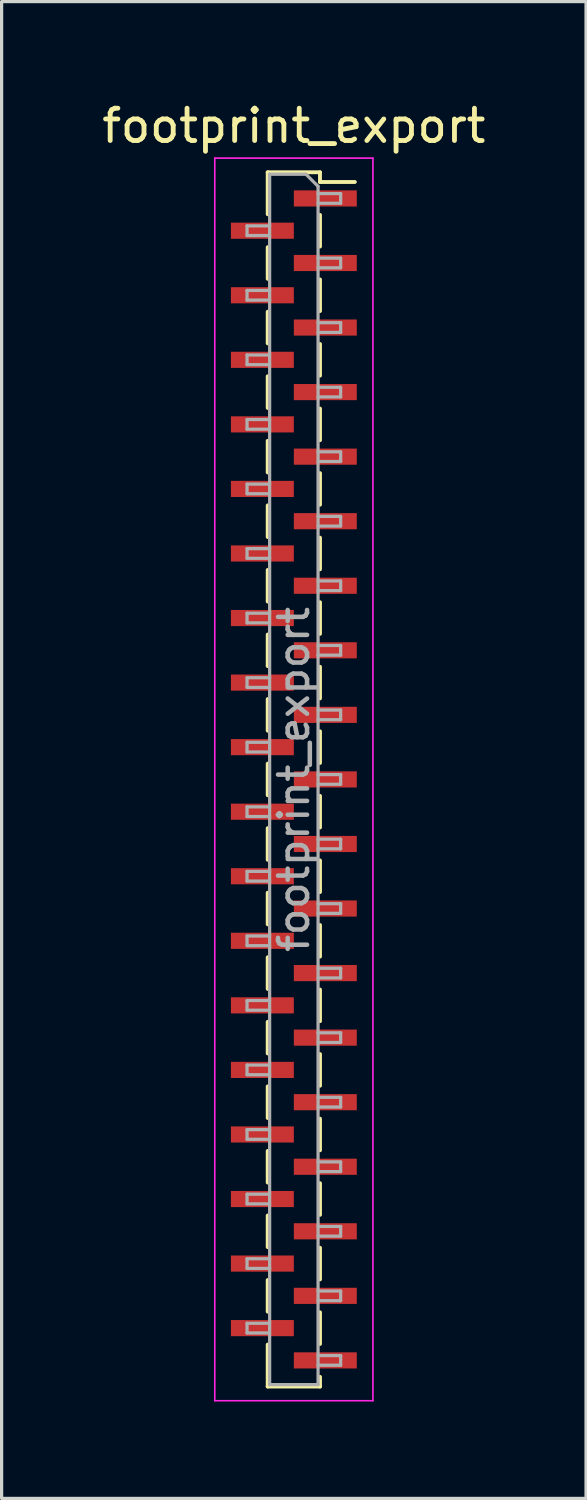
<source format=kicad_pcb>
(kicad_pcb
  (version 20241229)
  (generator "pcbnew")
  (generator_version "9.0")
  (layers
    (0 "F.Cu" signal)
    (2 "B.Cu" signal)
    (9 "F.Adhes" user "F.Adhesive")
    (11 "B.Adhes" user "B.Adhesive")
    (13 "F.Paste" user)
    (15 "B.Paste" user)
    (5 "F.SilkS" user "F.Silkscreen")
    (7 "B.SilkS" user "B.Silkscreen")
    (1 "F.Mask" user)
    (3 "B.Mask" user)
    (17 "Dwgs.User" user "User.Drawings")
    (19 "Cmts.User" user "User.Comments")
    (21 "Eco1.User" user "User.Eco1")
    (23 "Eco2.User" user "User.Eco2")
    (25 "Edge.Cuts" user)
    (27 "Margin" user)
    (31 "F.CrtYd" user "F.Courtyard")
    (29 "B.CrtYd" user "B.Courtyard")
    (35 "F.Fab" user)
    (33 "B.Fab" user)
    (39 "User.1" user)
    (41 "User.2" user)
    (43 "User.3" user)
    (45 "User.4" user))
  (footprint "footprint_export"
    (layer "F.Cu")
    (at 6.054 21.098)
    (property "Reference" "footprint_export" (at 0 -20.25 0) (layer "F.SilkS") (effects (font (size 1 1) (thickness 0.15))))
    (attr smd)
    (fp_line (start -0.81 -18.81) (end -0.81 -17.51) (stroke (width 0.12) (type solid)) (layer "F.SilkS"))
    (fp_line (start -0.81 -18.81) (end 0.81 -18.81) (stroke (width 0.12) (type solid)) (layer "F.SilkS"))
    (fp_line (start -0.81 -16.49) (end -0.81 -15.51) (stroke (width 0.12) (type solid)) (layer "F.SilkS"))
    (fp_line (start -0.81 -14.49) (end -0.81 -13.51) (stroke (width 0.12) (type solid)) (layer "F.SilkS"))
    (fp_line (start -0.81 -12.49) (end -0.81 -11.51) (stroke (width 0.12) (type solid)) (layer "F.SilkS"))
    (fp_line (start -0.81 -10.49) (end -0.81 -9.51) (stroke (width 0.12) (type solid)) (layer "F.SilkS"))
    (fp_line (start -0.81 -8.49) (end -0.81 -7.51) (stroke (width 0.12) (type solid)) (layer "F.SilkS"))
    (fp_line (start -0.81 -6.49) (end -0.81 -5.51) (stroke (width 0.12) (type solid)) (layer "F.SilkS"))
    (fp_line (start -0.81 -4.49) (end -0.81 -3.51) (stroke (width 0.12) (type solid)) (layer "F.SilkS"))
    (fp_line (start -0.81 -2.49) (end -0.81 -1.51) (stroke (width 0.12) (type solid)) (layer "F.SilkS"))
    (fp_line (start -0.81 -0.49) (end -0.81 0.49) (stroke (width 0.12) (type solid)) (layer "F.SilkS"))
    (fp_line (start -0.81 1.51) (end -0.81 2.49) (stroke (width 0.12) (type solid)) (layer "F.SilkS"))
    (fp_line (start -0.81 3.51) (end -0.81 4.49) (stroke (width 0.12) (type solid)) (layer "F.SilkS"))
    (fp_line (start -0.81 5.51) (end -0.81 6.49) (stroke (width 0.12) (type solid)) (layer "F.SilkS"))
    (fp_line (start -0.81 7.51) (end -0.81 8.49) (stroke (width 0.12) (type solid)) (layer "F.SilkS"))
    (fp_line (start -0.81 9.51) (end -0.81 10.49) (stroke (width 0.12) (type solid)) (layer "F.SilkS"))
    (fp_line (start -0.81 11.51) (end -0.81 12.49) (stroke (width 0.12) (type solid)) (layer "F.SilkS"))
    (fp_line (start -0.81 13.51) (end -0.81 14.49) (stroke (width 0.12) (type solid)) (layer "F.SilkS"))
    (fp_line (start -0.81 15.51) (end -0.81 16.49) (stroke (width 0.12) (type solid)) (layer "F.SilkS"))
    (fp_line (start -0.81 17.51) (end -0.81 18.81) (stroke (width 0.12) (type solid)) (layer "F.SilkS"))
    (fp_line (start -0.81 18.81) (end 0.81 18.81) (stroke (width 0.12) (type solid)) (layer "F.SilkS"))
    (fp_line (start 0.81 -18.81) (end 0.81 -18.51) (stroke (width 0.12) (type solid)) (layer "F.SilkS"))
    (fp_line (start 0.81 -18.51) (end 1.89 -18.51) (stroke (width 0.12) (type solid)) (layer "F.SilkS"))
    (fp_line (start 0.81 -17.49) (end 0.81 -16.51) (stroke (width 0.12) (type solid)) (layer "F.SilkS"))
    (fp_line (start 0.81 -15.49) (end 0.81 -14.51) (stroke (width 0.12) (type solid)) (layer "F.SilkS"))
    (fp_line (start 0.81 -13.49) (end 0.81 -12.51) (stroke (width 0.12) (type solid)) (layer "F.SilkS"))
    (fp_line (start 0.81 -11.49) (end 0.81 -10.51) (stroke (width 0.12) (type solid)) (layer "F.SilkS"))
    (fp_line (start 0.81 -9.49) (end 0.81 -8.51) (stroke (width 0.12) (type solid)) (layer "F.SilkS"))
    (fp_line (start 0.81 -7.49) (end 0.81 -6.51) (stroke (width 0.12) (type solid)) (layer "F.SilkS"))
    (fp_line (start 0.81 -5.49) (end 0.81 -4.51) (stroke (width 0.12) (type solid)) (layer "F.SilkS"))
    (fp_line (start 0.81 -3.49) (end 0.81 -2.51) (stroke (width 0.12) (type solid)) (layer "F.SilkS"))
    (fp_line (start 0.81 -1.49) (end 0.81 -0.51) (stroke (width 0.12) (type solid)) (layer "F.SilkS"))
    (fp_line (start 0.81 0.51) (end 0.81 1.49) (stroke (width 0.12) (type solid)) (layer "F.SilkS"))
    (fp_line (start 0.81 2.51) (end 0.81 3.49) (stroke (width 0.12) (type solid)) (layer "F.SilkS"))
    (fp_line (start 0.81 4.51) (end 0.81 5.49) (stroke (width 0.12) (type solid)) (layer "F.SilkS"))
    (fp_line (start 0.81 6.51) (end 0.81 7.49) (stroke (width 0.12) (type solid)) (layer "F.SilkS"))
    (fp_line (start 0.81 8.51) (end 0.81 9.49) (stroke (width 0.12) (type solid)) (layer "F.SilkS"))
    (fp_line (start 0.81 10.51) (end 0.81 11.49) (stroke (width 0.12) (type solid)) (layer "F.SilkS"))
    (fp_line (start 0.81 12.51) (end 0.81 13.49) (stroke (width 0.12) (type solid)) (layer "F.SilkS"))
    (fp_line (start 0.81 14.51) (end 0.81 15.49) (stroke (width 0.12) (type solid)) (layer "F.SilkS"))
    (fp_line (start 0.81 16.51) (end 0.81 17.49) (stroke (width 0.12) (type solid)) (layer "F.SilkS"))
    (fp_line (start 0.81 18.51) (end 0.81 18.81) (stroke (width 0.12) (type solid)) (layer "F.SilkS"))
    (fp_line (start -2.45 -19.25) (end 2.45 -19.25) (stroke (width 0.05) (type solid)) (layer "F.CrtYd"))
    (fp_line (start -2.45 19.25) (end -2.45 -19.25) (stroke (width 0.05) (type solid)) (layer "F.CrtYd"))
    (fp_line (start 2.45 -19.25) (end 2.45 19.25) (stroke (width 0.05) (type solid)) (layer "F.CrtYd"))
    (fp_line (start 2.45 19.25) (end -2.45 19.25) (stroke (width 0.05) (type solid)) (layer "F.CrtYd"))
    (fp_line (start -1.45 -17.15) (end -0.75 -17.15) (stroke (width 0.1) (type solid)) (layer "F.Fab"))
    (fp_line (start -1.45 -16.85) (end -1.45 -17.15) (stroke (width 0.1) (type solid)) (layer "F.Fab"))
    (fp_line (start -1.45 -15.15) (end -0.75 -15.15) (stroke (width 0.1) (type solid)) (layer "F.Fab"))
    (fp_line (start -1.45 -14.85) (end -1.45 -15.15) (stroke (width 0.1) (type solid)) (layer "F.Fab"))
    (fp_line (start -1.45 -13.15) (end -0.75 -13.15) (stroke (width 0.1) (type solid)) (layer "F.Fab"))
    (fp_line (start -1.45 -12.85) (end -1.45 -13.15) (stroke (width 0.1) (type solid)) (layer "F.Fab"))
    (fp_line (start -1.45 -11.15) (end -0.75 -11.15) (stroke (width 0.1) (type solid)) (layer "F.Fab"))
    (fp_line (start -1.45 -10.85) (end -1.45 -11.15) (stroke (width 0.1) (type solid)) (layer "F.Fab"))
    (fp_line (start -1.45 -9.15) (end -0.75 -9.15) (stroke (width 0.1) (type solid)) (layer "F.Fab"))
    (fp_line (start -1.45 -8.85) (end -1.45 -9.15) (stroke (width 0.1) (type solid)) (layer "F.Fab"))
    (fp_line (start -1.45 -7.15) (end -0.75 -7.15) (stroke (width 0.1) (type solid)) (layer "F.Fab"))
    (fp_line (start -1.45 -6.85) (end -1.45 -7.15) (stroke (width 0.1) (type solid)) (layer "F.Fab"))
    (fp_line (start -1.45 -5.15) (end -0.75 -5.15) (stroke (width 0.1) (type solid)) (layer "F.Fab"))
    (fp_line (start -1.45 -4.85) (end -1.45 -5.15) (stroke (width 0.1) (type solid)) (layer "F.Fab"))
    (fp_line (start -1.45 -3.15) (end -0.75 -3.15) (stroke (width 0.1) (type solid)) (layer "F.Fab"))
    (fp_line (start -1.45 -2.85) (end -1.45 -3.15) (stroke (width 0.1) (type solid)) (layer "F.Fab"))
    (fp_line (start -1.45 -1.15) (end -0.75 -1.15) (stroke (width 0.1) (type solid)) (layer "F.Fab"))
    (fp_line (start -1.45 -0.85) (end -1.45 -1.15) (stroke (width 0.1) (type solid)) (layer "F.Fab"))
    (fp_line (start -1.45 0.85) (end -0.75 0.85) (stroke (width 0.1) (type solid)) (layer "F.Fab"))
    (fp_line (start -1.45 1.15) (end -1.45 0.85) (stroke (width 0.1) (type solid)) (layer "F.Fab"))
    (fp_line (start -1.45 2.85) (end -0.75 2.85) (stroke (width 0.1) (type solid)) (layer "F.Fab"))
    (fp_line (start -1.45 3.15) (end -1.45 2.85) (stroke (width 0.1) (type solid)) (layer "F.Fab"))
    (fp_line (start -1.45 4.85) (end -0.75 4.85) (stroke (width 0.1) (type solid)) (layer "F.Fab"))
    (fp_line (start -1.45 5.15) (end -1.45 4.85) (stroke (width 0.1) (type solid)) (layer "F.Fab"))
    (fp_line (start -1.45 6.85) (end -0.75 6.85) (stroke (width 0.1) (type solid)) (layer "F.Fab"))
    (fp_line (start -1.45 7.15) (end -1.45 6.85) (stroke (width 0.1) (type solid)) (layer "F.Fab"))
    (fp_line (start -1.45 8.85) (end -0.75 8.85) (stroke (width 0.1) (type solid)) (layer "F.Fab"))
    (fp_line (start -1.45 9.15) (end -1.45 8.85) (stroke (width 0.1) (type solid)) (layer "F.Fab"))
    (fp_line (start -1.45 10.85) (end -0.75 10.85) (stroke (width 0.1) (type solid)) (layer "F.Fab"))
    (fp_line (start -1.45 11.15) (end -1.45 10.85) (stroke (width 0.1) (type solid)) (layer "F.Fab"))
    (fp_line (start -1.45 12.85) (end -0.75 12.85) (stroke (width 0.1) (type solid)) (layer "F.Fab"))
    (fp_line (start -1.45 13.15) (end -1.45 12.85) (stroke (width 0.1) (type solid)) (layer "F.Fab"))
    (fp_line (start -1.45 14.85) (end -0.75 14.85) (stroke (width 0.1) (type solid)) (layer "F.Fab"))
    (fp_line (start -1.45 15.15) (end -1.45 14.85) (stroke (width 0.1) (type solid)) (layer "F.Fab"))
    (fp_line (start -1.45 16.85) (end -0.75 16.85) (stroke (width 0.1) (type solid)) (layer "F.Fab"))
    (fp_line (start -1.45 17.15) (end -1.45 16.85) (stroke (width 0.1) (type solid)) (layer "F.Fab"))
    (fp_line (start -0.75 -18.75) (end 0.375 -18.75) (stroke (width 0.1) (type solid)) (layer "F.Fab"))
    (fp_line (start -0.75 -16.85) (end -1.45 -16.85) (stroke (width 0.1) (type solid)) (layer "F.Fab"))
    (fp_line (start -0.75 -14.85) (end -1.45 -14.85) (stroke (width 0.1) (type solid)) (layer "F.Fab"))
    (fp_line (start -0.75 -12.85) (end -1.45 -12.85) (stroke (width 0.1) (type solid)) (layer "F.Fab"))
    (fp_line (start -0.75 -10.85) (end -1.45 -10.85) (stroke (width 0.1) (type solid)) (layer "F.Fab"))
    (fp_line (start -0.75 -8.85) (end -1.45 -8.85) (stroke (width 0.1) (type solid)) (layer "F.Fab"))
    (fp_line (start -0.75 -6.85) (end -1.45 -6.85) (stroke (width 0.1) (type solid)) (layer "F.Fab"))
    (fp_line (start -0.75 -4.85) (end -1.45 -4.85) (stroke (width 0.1) (type solid)) (layer "F.Fab"))
    (fp_line (start -0.75 -2.85) (end -1.45 -2.85) (stroke (width 0.1) (type solid)) (layer "F.Fab"))
    (fp_line (start -0.75 -0.85) (end -1.45 -0.85) (stroke (width 0.1) (type solid)) (layer "F.Fab"))
    (fp_line (start -0.75 1.15) (end -1.45 1.15) (stroke (width 0.1) (type solid)) (layer "F.Fab"))
    (fp_line (start -0.75 3.15) (end -1.45 3.15) (stroke (width 0.1) (type solid)) (layer "F.Fab"))
    (fp_line (start -0.75 5.15) (end -1.45 5.15) (stroke (width 0.1) (type solid)) (layer "F.Fab"))
    (fp_line (start -0.75 7.15) (end -1.45 7.15) (stroke (width 0.1) (type solid)) (layer "F.Fab"))
    (fp_line (start -0.75 9.15) (end -1.45 9.15) (stroke (width 0.1) (type solid)) (layer "F.Fab"))
    (fp_line (start -0.75 11.15) (end -1.45 11.15) (stroke (width 0.1) (type solid)) (layer "F.Fab"))
    (fp_line (start -0.75 13.15) (end -1.45 13.15) (stroke (width 0.1) (type solid)) (layer "F.Fab"))
    (fp_line (start -0.75 15.15) (end -1.45 15.15) (stroke (width 0.1) (type solid)) (layer "F.Fab"))
    (fp_line (start -0.75 17.15) (end -1.45 17.15) (stroke (width 0.1) (type solid)) (layer "F.Fab"))
    (fp_line (start -0.75 18.75) (end -0.75 -18.75) (stroke (width 0.1) (type solid)) (layer "F.Fab"))
    (fp_line (start 0.375 -18.75) (end 0.75 -18.375) (stroke (width 0.1) (type solid)) (layer "F.Fab"))
    (fp_line (start 0.75 -18.375) (end 0.75 18.75) (stroke (width 0.1) (type solid)) (layer "F.Fab"))
    (fp_line (start 0.75 -18.15) (end 1.45 -18.15) (stroke (width 0.1) (type solid)) (layer "F.Fab"))
    (fp_line (start 0.75 -16.15) (end 1.45 -16.15) (stroke (width 0.1) (type solid)) (layer "F.Fab"))
    (fp_line (start 0.75 -14.15) (end 1.45 -14.15) (stroke (width 0.1) (type solid)) (layer "F.Fab"))
    (fp_line (start 0.75 -12.15) (end 1.45 -12.15) (stroke (width 0.1) (type solid)) (layer "F.Fab"))
    (fp_line (start 0.75 -10.15) (end 1.45 -10.15) (stroke (width 0.1) (type solid)) (layer "F.Fab"))
    (fp_line (start 0.75 -8.15) (end 1.45 -8.15) (stroke (width 0.1) (type solid)) (layer "F.Fab"))
    (fp_line (start 0.75 -6.15) (end 1.45 -6.15) (stroke (width 0.1) (type solid)) (layer "F.Fab"))
    (fp_line (start 0.75 -4.15) (end 1.45 -4.15) (stroke (width 0.1) (type solid)) (layer "F.Fab"))
    (fp_line (start 0.75 -2.15) (end 1.45 -2.15) (stroke (width 0.1) (type solid)) (layer "F.Fab"))
    (fp_line (start 0.75 -0.15) (end 1.45 -0.15) (stroke (width 0.1) (type solid)) (layer "F.Fab"))
    (fp_line (start 0.75 1.85) (end 1.45 1.85) (stroke (width 0.1) (type solid)) (layer "F.Fab"))
    (fp_line (start 0.75 3.85) (end 1.45 3.85) (stroke (width 0.1) (type solid)) (layer "F.Fab"))
    (fp_line (start 0.75 5.85) (end 1.45 5.85) (stroke (width 0.1) (type solid)) (layer "F.Fab"))
    (fp_line (start 0.75 7.85) (end 1.45 7.85) (stroke (width 0.1) (type solid)) (layer "F.Fab"))
    (fp_line (start 0.75 9.85) (end 1.45 9.85) (stroke (width 0.1) (type solid)) (layer "F.Fab"))
    (fp_line (start 0.75 11.85) (end 1.45 11.85) (stroke (width 0.1) (type solid)) (layer "F.Fab"))
    (fp_line (start 0.75 13.85) (end 1.45 13.85) (stroke (width 0.1) (type solid)) (layer "F.Fab"))
    (fp_line (start 0.75 15.85) (end 1.45 15.85) (stroke (width 0.1) (type solid)) (layer "F.Fab"))
    (fp_line (start 0.75 17.85) (end 1.45 17.85) (stroke (width 0.1) (type solid)) (layer "F.Fab"))
    (fp_line (start 0.75 18.75) (end -0.75 18.75) (stroke (width 0.1) (type solid)) (layer "F.Fab"))
    (fp_line (start 1.45 -18.15) (end 1.45 -17.85) (stroke (width 0.1) (type solid)) (layer "F.Fab"))
    (fp_line (start 1.45 -17.85) (end 0.75 -17.85) (stroke (width 0.1) (type solid)) (layer "F.Fab"))
    (fp_line (start 1.45 -16.15) (end 1.45 -15.85) (stroke (width 0.1) (type solid)) (layer "F.Fab"))
    (fp_line (start 1.45 -15.85) (end 0.75 -15.85) (stroke (width 0.1) (type solid)) (layer "F.Fab"))
    (fp_line (start 1.45 -14.15) (end 1.45 -13.85) (stroke (width 0.1) (type solid)) (layer "F.Fab"))
    (fp_line (start 1.45 -13.85) (end 0.75 -13.85) (stroke (width 0.1) (type solid)) (layer "F.Fab"))
    (fp_line (start 1.45 -12.15) (end 1.45 -11.85) (stroke (width 0.1) (type solid)) (layer "F.Fab"))
    (fp_line (start 1.45 -11.85) (end 0.75 -11.85) (stroke (width 0.1) (type solid)) (layer "F.Fab"))
    (fp_line (start 1.45 -10.15) (end 1.45 -9.85) (stroke (width 0.1) (type solid)) (layer "F.Fab"))
    (fp_line (start 1.45 -9.85) (end 0.75 -9.85) (stroke (width 0.1) (type solid)) (layer "F.Fab"))
    (fp_line (start 1.45 -8.15) (end 1.45 -7.85) (stroke (width 0.1) (type solid)) (layer "F.Fab"))
    (fp_line (start 1.45 -7.85) (end 0.75 -7.85) (stroke (width 0.1) (type solid)) (layer "F.Fab"))
    (fp_line (start 1.45 -6.15) (end 1.45 -5.85) (stroke (width 0.1) (type solid)) (layer "F.Fab"))
    (fp_line (start 1.45 -5.85) (end 0.75 -5.85) (stroke (width 0.1) (type solid)) (layer "F.Fab"))
    (fp_line (start 1.45 -4.15) (end 1.45 -3.85) (stroke (width 0.1) (type solid)) (layer "F.Fab"))
    (fp_line (start 1.45 -3.85) (end 0.75 -3.85) (stroke (width 0.1) (type solid)) (layer "F.Fab"))
    (fp_line (start 1.45 -2.15) (end 1.45 -1.85) (stroke (width 0.1) (type solid)) (layer "F.Fab"))
    (fp_line (start 1.45 -1.85) (end 0.75 -1.85) (stroke (width 0.1) (type solid)) (layer "F.Fab"))
    (fp_line (start 1.45 -0.15) (end 1.45 0.15) (stroke (width 0.1) (type solid)) (layer "F.Fab"))
    (fp_line (start 1.45 0.15) (end 0.75 0.15) (stroke (width 0.1) (type solid)) (layer "F.Fab"))
    (fp_line (start 1.45 1.85) (end 1.45 2.15) (stroke (width 0.1) (type solid)) (layer "F.Fab"))
    (fp_line (start 1.45 2.15) (end 0.75 2.15) (stroke (width 0.1) (type solid)) (layer "F.Fab"))
    (fp_line (start 1.45 3.85) (end 1.45 4.15) (stroke (width 0.1) (type solid)) (layer "F.Fab"))
    (fp_line (start 1.45 4.15) (end 0.75 4.15) (stroke (width 0.1) (type solid)) (layer "F.Fab"))
    (fp_line (start 1.45 5.85) (end 1.45 6.15) (stroke (width 0.1) (type solid)) (layer "F.Fab"))
    (fp_line (start 1.45 6.15) (end 0.75 6.15) (stroke (width 0.1) (type solid)) (layer "F.Fab"))
    (fp_line (start 1.45 7.85) (end 1.45 8.15) (stroke (width 0.1) (type solid)) (layer "F.Fab"))
    (fp_line (start 1.45 8.15) (end 0.75 8.15) (stroke (width 0.1) (type solid)) (layer "F.Fab"))
    (fp_line (start 1.45 9.85) (end 1.45 10.15) (stroke (width 0.1) (type solid)) (layer "F.Fab"))
    (fp_line (start 1.45 10.15) (end 0.75 10.15) (stroke (width 0.1) (type solid)) (layer "F.Fab"))
    (fp_line (start 1.45 11.85) (end 1.45 12.15) (stroke (width 0.1) (type solid)) (layer "F.Fab"))
    (fp_line (start 1.45 12.15) (end 0.75 12.15) (stroke (width 0.1) (type solid)) (layer "F.Fab"))
    (fp_line (start 1.45 13.85) (end 1.45 14.15) (stroke (width 0.1) (type solid)) (layer "F.Fab"))
    (fp_line (start 1.45 14.15) (end 0.75 14.15) (stroke (width 0.1) (type solid)) (layer "F.Fab"))
    (fp_line (start 1.45 15.85) (end 1.45 16.15) (stroke (width 0.1) (type solid)) (layer "F.Fab"))
    (fp_line (start 1.45 16.15) (end 0.75 16.15) (stroke (width 0.1) (type solid)) (layer "F.Fab"))
    (fp_line (start 1.45 17.85) (end 1.45 18.15) (stroke (width 0.1) (type solid)) (layer "F.Fab"))
    (fp_line (start 1.45 18.15) (end 0.75 18.15) (stroke (width 0.1) (type solid)) (layer "F.Fab"))
    (fp_text user "${REFERENCE}" (at 0 0 90) (layer "F.Fab") (effects (font (size 0.9 0.9) (thickness 0.14))))
    (pad "1" smd rect (at 0.975 -18) (size 1.95 0.5) (layers "F.Cu" "F.Mask" "F.Paste"))
    (pad "2" smd rect (at -0.975 -17) (size 1.95 0.5) (layers "F.Cu" "F.Mask" "F.Paste"))
    (pad "3" smd rect (at 0.975 -16) (size 1.95 0.5) (layers "F.Cu" "F.Mask" "F.Paste"))
    (pad "4" smd rect (at -0.975 -15) (size 1.95 0.5) (layers "F.Cu" "F.Mask" "F.Paste"))
    (pad "5" smd rect (at 0.975 -14) (size 1.95 0.5) (layers "F.Cu" "F.Mask" "F.Paste"))
    (pad "6" smd rect (at -0.975 -13) (size 1.95 0.5) (layers "F.Cu" "F.Mask" "F.Paste"))
    (pad "7" smd rect (at 0.975 -12) (size 1.95 0.5) (layers "F.Cu" "F.Mask" "F.Paste"))
    (pad "8" smd rect (at -0.975 -11) (size 1.95 0.5) (layers "F.Cu" "F.Mask" "F.Paste"))
    (pad "9" smd rect (at 0.975 -10) (size 1.95 0.5) (layers "F.Cu" "F.Mask" "F.Paste"))
    (pad "10" smd rect (at -0.975 -9) (size 1.95 0.5) (layers "F.Cu" "F.Mask" "F.Paste"))
    (pad "11" smd rect (at 0.975 -8) (size 1.95 0.5) (layers "F.Cu" "F.Mask" "F.Paste"))
    (pad "12" smd rect (at -0.975 -7) (size 1.95 0.5) (layers "F.Cu" "F.Mask" "F.Paste"))
    (pad "13" smd rect (at 0.975 -6) (size 1.95 0.5) (layers "F.Cu" "F.Mask" "F.Paste"))
    (pad "14" smd rect (at -0.975 -5) (size 1.95 0.5) (layers "F.Cu" "F.Mask" "F.Paste"))
    (pad "15" smd rect (at 0.975 -4) (size 1.95 0.5) (layers "F.Cu" "F.Mask" "F.Paste"))
    (pad "16" smd rect (at -0.975 -3) (size 1.95 0.5) (layers "F.Cu" "F.Mask" "F.Paste"))
    (pad "17" smd rect (at 0.975 -2) (size 1.95 0.5) (layers "F.Cu" "F.Mask" "F.Paste"))
    (pad "18" smd rect (at -0.975 -1) (size 1.95 0.5) (layers "F.Cu" "F.Mask" "F.Paste"))
    (pad "19" smd rect (at 0.975 0) (size 1.95 0.5) (layers "F.Cu" "F.Mask" "F.Paste"))
    (pad "20" smd rect (at -0.975 1) (size 1.95 0.5) (layers "F.Cu" "F.Mask" "F.Paste"))
    (pad "21" smd rect (at 0.975 2) (size 1.95 0.5) (layers "F.Cu" "F.Mask" "F.Paste"))
    (pad "22" smd rect (at -0.975 3) (size 1.95 0.5) (layers "F.Cu" "F.Mask" "F.Paste"))
    (pad "23" smd rect (at 0.975 4) (size 1.95 0.5) (layers "F.Cu" "F.Mask" "F.Paste"))
    (pad "24" smd rect (at -0.975 5) (size 1.95 0.5) (layers "F.Cu" "F.Mask" "F.Paste"))
    (pad "25" smd rect (at 0.975 6) (size 1.95 0.5) (layers "F.Cu" "F.Mask" "F.Paste"))
    (pad "26" smd rect (at -0.975 7) (size 1.95 0.5) (layers "F.Cu" "F.Mask" "F.Paste"))
    (pad "27" smd rect (at 0.975 8) (size 1.95 0.5) (layers "F.Cu" "F.Mask" "F.Paste"))
    (pad "28" smd rect (at -0.975 9) (size 1.95 0.5) (layers "F.Cu" "F.Mask" "F.Paste"))
    (pad "29" smd rect (at 0.975 10) (size 1.95 0.5) (layers "F.Cu" "F.Mask" "F.Paste"))
    (pad "30" smd rect (at -0.975 11) (size 1.95 0.5) (layers "F.Cu" "F.Mask" "F.Paste"))
    (pad "31" smd rect (at 0.975 12) (size 1.95 0.5) (layers "F.Cu" "F.Mask" "F.Paste"))
    (pad "32" smd rect (at -0.975 13) (size 1.95 0.5) (layers "F.Cu" "F.Mask" "F.Paste"))
    (pad "33" smd rect (at 0.975 14) (size 1.95 0.5) (layers "F.Cu" "F.Mask" "F.Paste"))
    (pad "34" smd rect (at -0.975 15) (size 1.95 0.5) (layers "F.Cu" "F.Mask" "F.Paste"))
    (pad "35" smd rect (at 0.975 16) (size 1.95 0.5) (layers "F.Cu" "F.Mask" "F.Paste"))
    (pad "36" smd rect (at -0.975 17) (size 1.95 0.5) (layers "F.Cu" "F.Mask" "F.Paste"))
    (pad "37" smd rect (at 0.975 18) (size 1.95 0.5) (layers "F.Cu" "F.Mask" "F.Paste")))
  (gr_rect
    (start -3 -3)
    (end 15.107 43.373)
    (stroke (width 0.1) (type default))
    (fill no)
    (layer "Edge.Cuts")))
</source>
